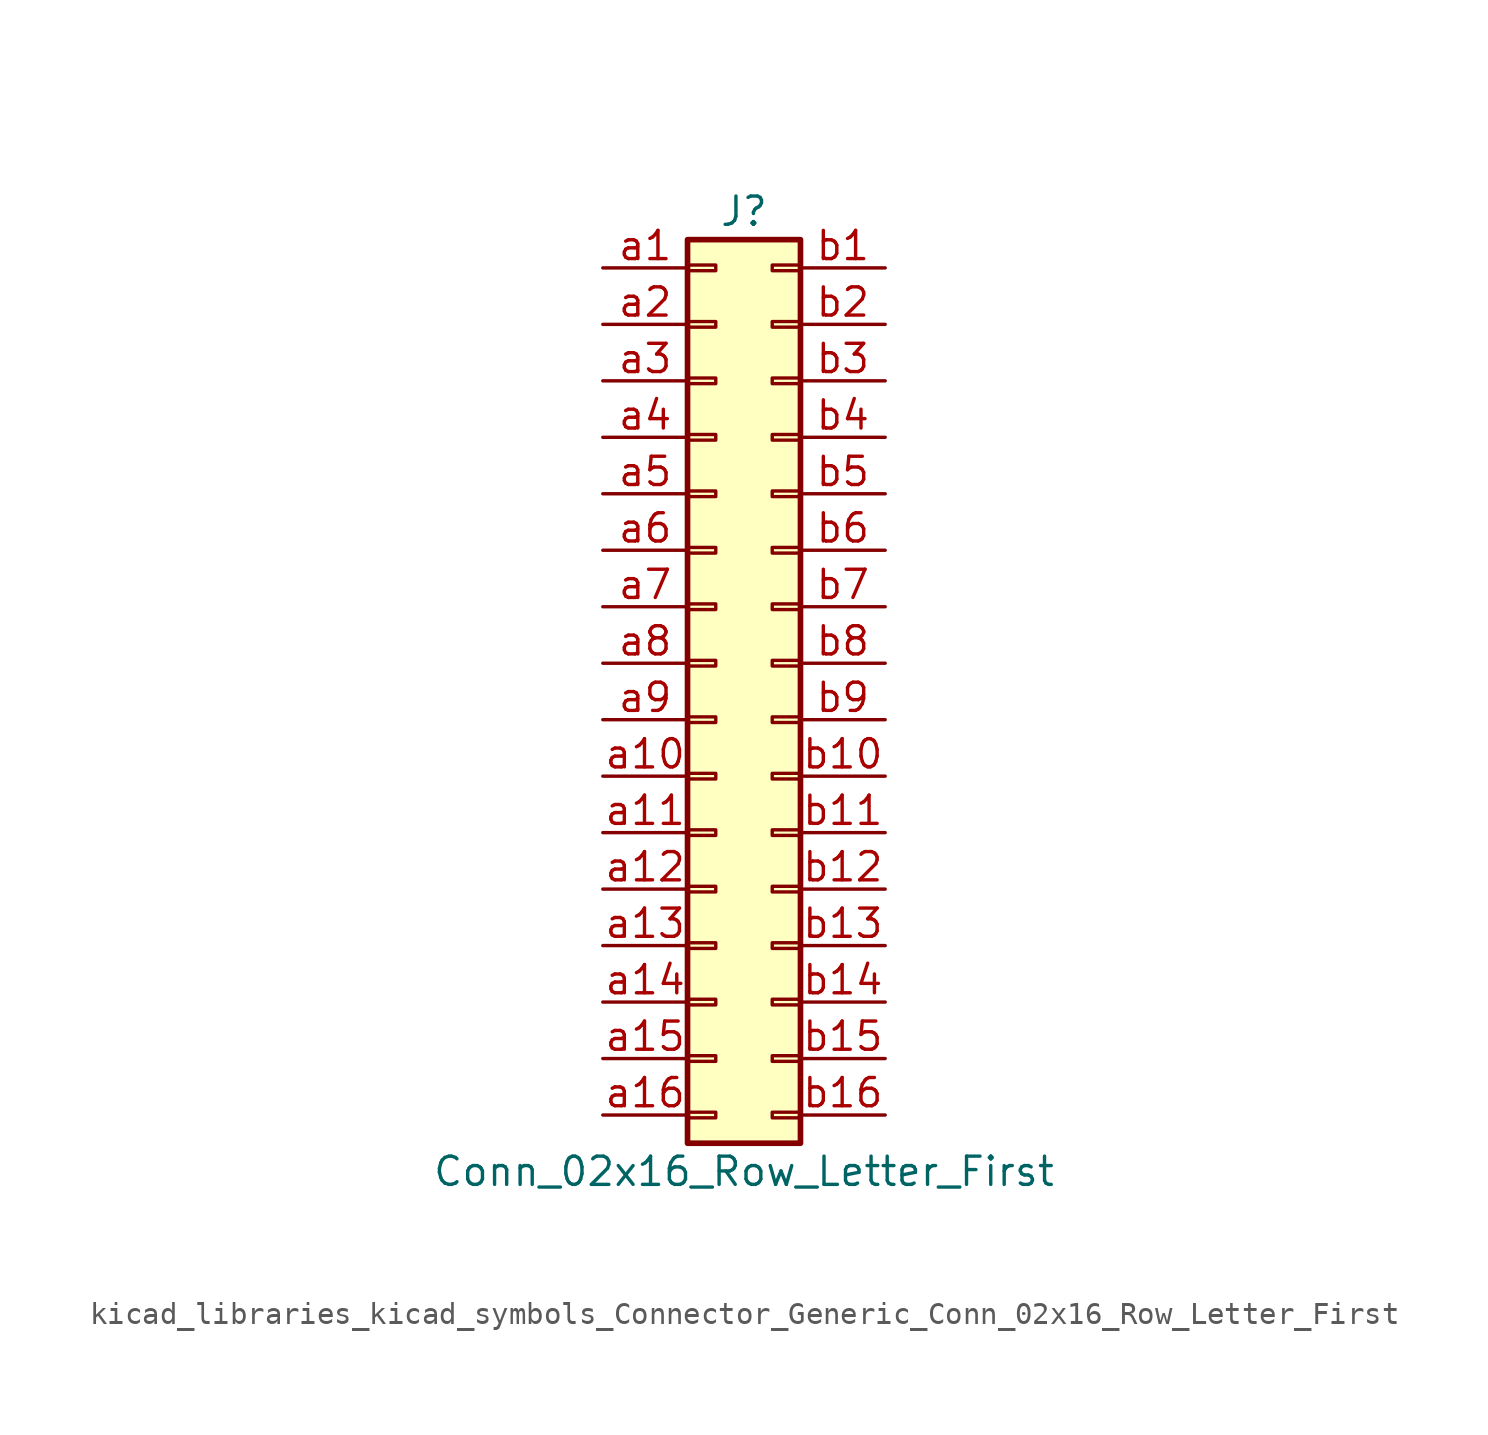
<source format=kicad_sym>
(kicad_symbol_lib
  (version 20220914)
  (generator kicad_symbol_editor)
  (symbol "kicad_libraries_kicad_symbols_Connector_Generic_Conn_02x16_Row_Letter_First"
    (pin_names
      (offset 1.016) hide)
    (property "Reference" "J"
      (at 1.27 20.32 0)
      (effects (font (size 1.27 1.27))))
    (property "Value" "Conn_02x16_Row_Letter_First"
      (at 1.27 -22.86 0)
      (effects (font (size 1.27 1.27))))
    (symbol "kicad_libraries_kicad_symbols_Connector_Generic_Conn_02x16_Row_Letter_First_1_1"
      (rectangle (start -1.27 -20.193) (end 0 -20.447) (stroke (width 0.152) (type default)) (fill (type none)))
      (rectangle (start -1.27 -17.653) (end 0 -17.907) (stroke (width 0.152) (type default)) (fill (type none)))
      (rectangle (start -1.27 -15.113) (end 0 -15.367) (stroke (width 0.152) (type default)) (fill (type none)))
      (rectangle (start -1.27 -12.573) (end 0 -12.827) (stroke (width 0.152) (type default)) (fill (type none)))
      (rectangle (start -1.27 -10.033) (end 0 -10.287) (stroke (width 0.152) (type default)) (fill (type none)))
      (rectangle (start -1.27 -7.493) (end 0 -7.747) (stroke (width 0.152) (type default)) (fill (type none)))
      (rectangle (start -1.27 -4.953) (end 0 -5.207) (stroke (width 0.152) (type default)) (fill (type none)))
      (rectangle (start -1.27 -2.413) (end 0 -2.667) (stroke (width 0.152) (type default)) (fill (type none)))
      (rectangle (start -1.27 0.127) (end 0 -0.127) (stroke (width 0.152) (type default)) (fill (type none)))
      (rectangle (start -1.27 2.667) (end 0 2.413) (stroke (width 0.152) (type default)) (fill (type none)))
      (rectangle (start -1.27 5.207) (end 0 4.953) (stroke (width 0.152) (type default)) (fill (type none)))
      (rectangle (start -1.27 7.747) (end 0 7.493) (stroke (width 0.152) (type default)) (fill (type none)))
      (rectangle (start -1.27 10.287) (end 0 10.033) (stroke (width 0.152) (type default)) (fill (type none)))
      (rectangle (start -1.27 12.827) (end 0 12.573) (stroke (width 0.152) (type default)) (fill (type none)))
      (rectangle (start -1.27 15.367) (end 0 15.113) (stroke (width 0.152) (type default)) (fill (type none)))
      (rectangle (start -1.27 17.907) (end 0 17.653) (stroke (width 0.152) (type default)) (fill (type none)))
      (rectangle (start -1.27 19.05) (end 3.81 -21.59) (stroke (width 0.254) (type default)) (fill (type background)))
      (rectangle (start 3.81 -20.193) (end 2.54 -20.447) (stroke (width 0.152) (type default)) (fill (type none)))
      (rectangle (start 3.81 -17.653) (end 2.54 -17.907) (stroke (width 0.152) (type default)) (fill (type none)))
      (rectangle (start 3.81 -15.113) (end 2.54 -15.367) (stroke (width 0.152) (type default)) (fill (type none)))
      (rectangle (start 3.81 -12.573) (end 2.54 -12.827) (stroke (width 0.152) (type default)) (fill (type none)))
      (rectangle (start 3.81 -10.033) (end 2.54 -10.287) (stroke (width 0.152) (type default)) (fill (type none)))
      (rectangle (start 3.81 -7.493) (end 2.54 -7.747) (stroke (width 0.152) (type default)) (fill (type none)))
      (rectangle (start 3.81 -4.953) (end 2.54 -5.207) (stroke (width 0.152) (type default)) (fill (type none)))
      (rectangle (start 3.81 -2.413) (end 2.54 -2.667) (stroke (width 0.152) (type default)) (fill (type none)))
      (rectangle (start 3.81 0.127) (end 2.54 -0.127) (stroke (width 0.152) (type default)) (fill (type none)))
      (rectangle (start 3.81 2.667) (end 2.54 2.413) (stroke (width 0.152) (type default)) (fill (type none)))
      (rectangle (start 3.81 5.207) (end 2.54 4.953) (stroke (width 0.152) (type default)) (fill (type none)))
      (rectangle (start 3.81 7.747) (end 2.54 7.493) (stroke (width 0.152) (type default)) (fill (type none)))
      (rectangle (start 3.81 10.287) (end 2.54 10.033) (stroke (width 0.152) (type default)) (fill (type none)))
      (rectangle (start 3.81 12.827) (end 2.54 12.573) (stroke (width 0.152) (type default)) (fill (type none)))
      (rectangle (start 3.81 15.367) (end 2.54 15.113) (stroke (width 0.152) (type default)) (fill (type none)))
      (rectangle (start 3.81 17.907) (end 2.54 17.653) (stroke (width 0.152) (type default)) (fill (type none)))
      (pin passive line (at -5.08 17.78 0) (length 3.81) (name "Pin_a1" (effects (font (size 1.27 1.27)))) (number "a1" (effects (font (size 1.27 1.27)))))
      (pin passive line (at -5.08 -5.08 0) (length 3.81) (name "Pin_a10" (effects (font (size 1.27 1.27)))) (number "a10" (effects (font (size 1.27 1.27)))))
      (pin passive line (at -5.08 -7.62 0) (length 3.81) (name "Pin_a11" (effects (font (size 1.27 1.27)))) (number "a11" (effects (font (size 1.27 1.27)))))
      (pin passive line (at -5.08 -10.16 0) (length 3.81) (name "Pin_a12" (effects (font (size 1.27 1.27)))) (number "a12" (effects (font (size 1.27 1.27)))))
      (pin passive line (at -5.08 -12.7 0) (length 3.81) (name "Pin_a13" (effects (font (size 1.27 1.27)))) (number "a13" (effects (font (size 1.27 1.27)))))
      (pin passive line (at -5.08 -15.24 0) (length 3.81) (name "Pin_a14" (effects (font (size 1.27 1.27)))) (number "a14" (effects (font (size 1.27 1.27)))))
      (pin passive line (at -5.08 -17.78 0) (length 3.81) (name "Pin_a15" (effects (font (size 1.27 1.27)))) (number "a15" (effects (font (size 1.27 1.27)))))
      (pin passive line (at -5.08 -20.32 0) (length 3.81) (name "Pin_a16" (effects (font (size 1.27 1.27)))) (number "a16" (effects (font (size 1.27 1.27)))))
      (pin passive line (at -5.08 15.24 0) (length 3.81) (name "Pin_a2" (effects (font (size 1.27 1.27)))) (number "a2" (effects (font (size 1.27 1.27)))))
      (pin passive line (at -5.08 12.7 0) (length 3.81) (name "Pin_a3" (effects (font (size 1.27 1.27)))) (number "a3" (effects (font (size 1.27 1.27)))))
      (pin passive line (at -5.08 10.16 0) (length 3.81) (name "Pin_a4" (effects (font (size 1.27 1.27)))) (number "a4" (effects (font (size 1.27 1.27)))))
      (pin passive line (at -5.08 7.62 0) (length 3.81) (name "Pin_a5" (effects (font (size 1.27 1.27)))) (number "a5" (effects (font (size 1.27 1.27)))))
      (pin passive line (at -5.08 5.08 0) (length 3.81) (name "Pin_a6" (effects (font (size 1.27 1.27)))) (number "a6" (effects (font (size 1.27 1.27)))))
      (pin passive line (at -5.08 2.54 0) (length 3.81) (name "Pin_a7" (effects (font (size 1.27 1.27)))) (number "a7" (effects (font (size 1.27 1.27)))))
      (pin passive line (at -5.08 0 0) (length 3.81) (name "Pin_a8" (effects (font (size 1.27 1.27)))) (number "a8" (effects (font (size 1.27 1.27)))))
      (pin passive line (at -5.08 -2.54 0) (length 3.81) (name "Pin_a9" (effects (font (size 1.27 1.27)))) (number "a9" (effects (font (size 1.27 1.27)))))
      (pin passive line (at 7.62 17.78 180) (length 3.81) (name "Pin_b1" (effects (font (size 1.27 1.27)))) (number "b1" (effects (font (size 1.27 1.27)))))
      (pin passive line (at 7.62 -5.08 180) (length 3.81) (name "Pin_b10" (effects (font (size 1.27 1.27)))) (number "b10" (effects (font (size 1.27 1.27)))))
      (pin passive line (at 7.62 -7.62 180) (length 3.81) (name "Pin_b11" (effects (font (size 1.27 1.27)))) (number "b11" (effects (font (size 1.27 1.27)))))
      (pin passive line (at 7.62 -10.16 180) (length 3.81) (name "Pin_b12" (effects (font (size 1.27 1.27)))) (number "b12" (effects (font (size 1.27 1.27)))))
      (pin passive line (at 7.62 -12.7 180) (length 3.81) (name "Pin_b13" (effects (font (size 1.27 1.27)))) (number "b13" (effects (font (size 1.27 1.27)))))
      (pin passive line (at 7.62 -15.24 180) (length 3.81) (name "Pin_b14" (effects (font (size 1.27 1.27)))) (number "b14" (effects (font (size 1.27 1.27)))))
      (pin passive line (at 7.62 -17.78 180) (length 3.81) (name "Pin_b15" (effects (font (size 1.27 1.27)))) (number "b15" (effects (font (size 1.27 1.27)))))
      (pin passive line (at 7.62 -20.32 180) (length 3.81) (name "Pin_b16" (effects (font (size 1.27 1.27)))) (number "b16" (effects (font (size 1.27 1.27)))))
      (pin passive line (at 7.62 15.24 180) (length 3.81) (name "Pin_b2" (effects (font (size 1.27 1.27)))) (number "b2" (effects (font (size 1.27 1.27)))))
      (pin passive line (at 7.62 12.7 180) (length 3.81) (name "Pin_b3" (effects (font (size 1.27 1.27)))) (number "b3" (effects (font (size 1.27 1.27)))))
      (pin passive line (at 7.62 10.16 180) (length 3.81) (name "Pin_b4" (effects (font (size 1.27 1.27)))) (number "b4" (effects (font (size 1.27 1.27)))))
      (pin passive line (at 7.62 7.62 180) (length 3.81) (name "Pin_b5" (effects (font (size 1.27 1.27)))) (number "b5" (effects (font (size 1.27 1.27)))))
      (pin passive line (at 7.62 5.08 180) (length 3.81) (name "Pin_b6" (effects (font (size 1.27 1.27)))) (number "b6" (effects (font (size 1.27 1.27)))))
      (pin passive line (at 7.62 2.54 180) (length 3.81) (name "Pin_b7" (effects (font (size 1.27 1.27)))) (number "b7" (effects (font (size 1.27 1.27)))))
      (pin passive line (at 7.62 0 180) (length 3.81) (name "Pin_b8" (effects (font (size 1.27 1.27)))) (number "b8" (effects (font (size 1.27 1.27)))))
      (pin passive line (at 7.62 -2.54 180) (length 3.81) (name "Pin_b9" (effects (font (size 1.27 1.27)))) (number "b9" (effects (font (size 1.27 1.27))))))))
</source>
